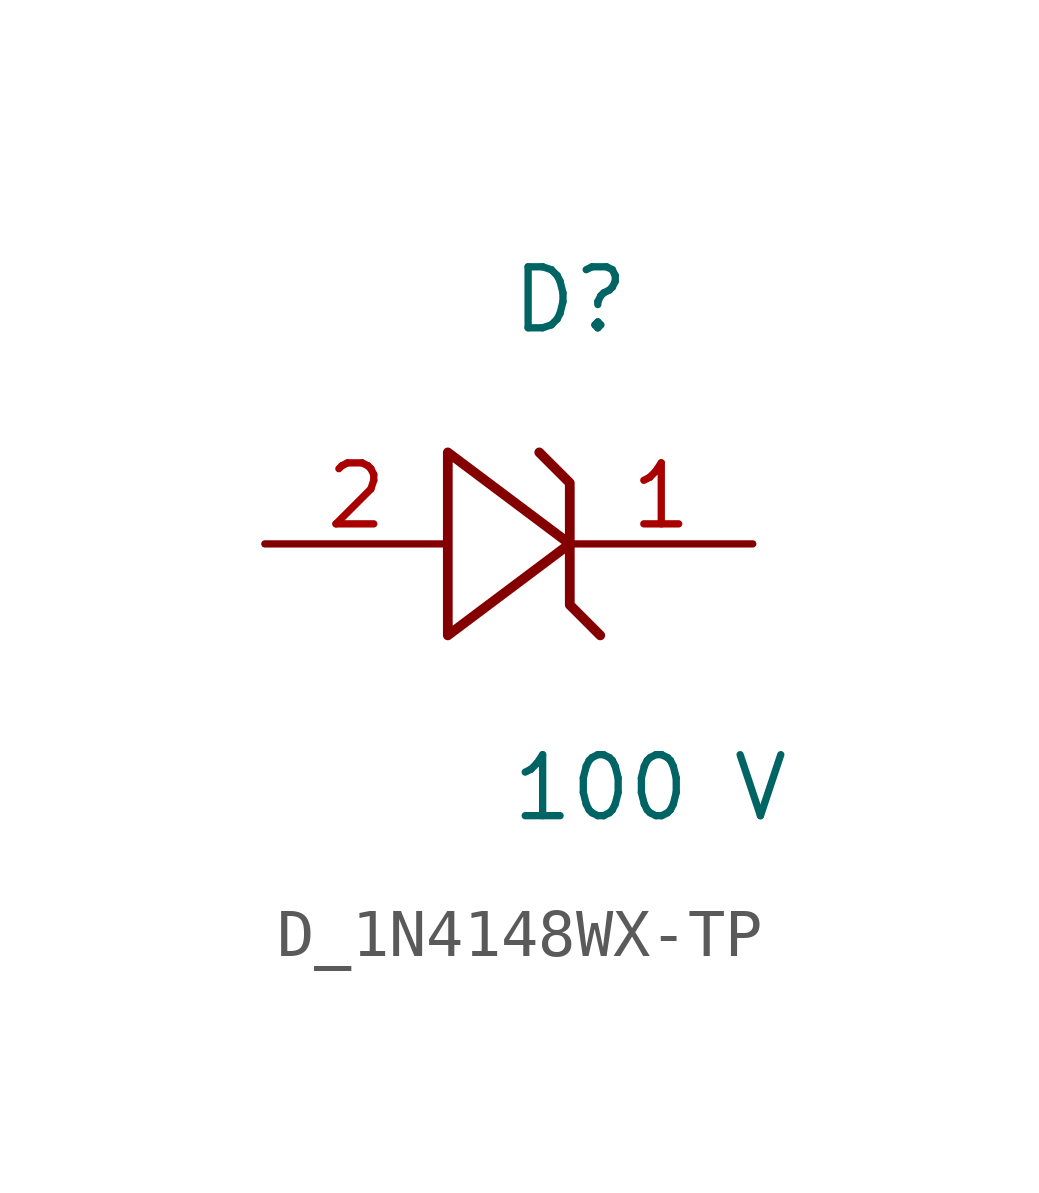
<source format=kicad_sym>
(kicad_symbol_lib
  (version 20231120)
  (generator kicad_symbol_editor)
  (generator_version 8.0)
  (symbol "D_1N4148WX-TP"
    (pin_names
      (offset 0.254))
    (property "Reference" "D"
      (at 0 5.08 0)
      (effects (font (size 1.27 1.27)) (justify left)))
    (property "Value" "100 V"
      (at 0 -5.08 0)
      (effects (font (size 1.27 1.27)) (justify left)))
    (symbol "D_1N4148WX-TP_1_0"
      (polyline (pts (xy 0.635 1.905) (xy 1.27 1.27) (xy 1.27 0) (xy -1.27 1.905) (xy -1.27 -1.905) (xy 1.27 0) (xy 1.27 -1.27) (xy 1.905 -1.905)) (stroke (width 0.203) (type default)) (fill (type none)))
      (pin passive line (at 5.08 0 180) (length 3.81) (name "" (effects (font (size 1.27 1.27)))) (number "1" (effects (font (size 1.27 1.27)))))
      (pin passive line (at -5.08 0 0) (length 3.81) (name "" (effects (font (size 1.27 1.27)))) (number "2" (effects (font (size 1.27 1.27))))))))
</source>
